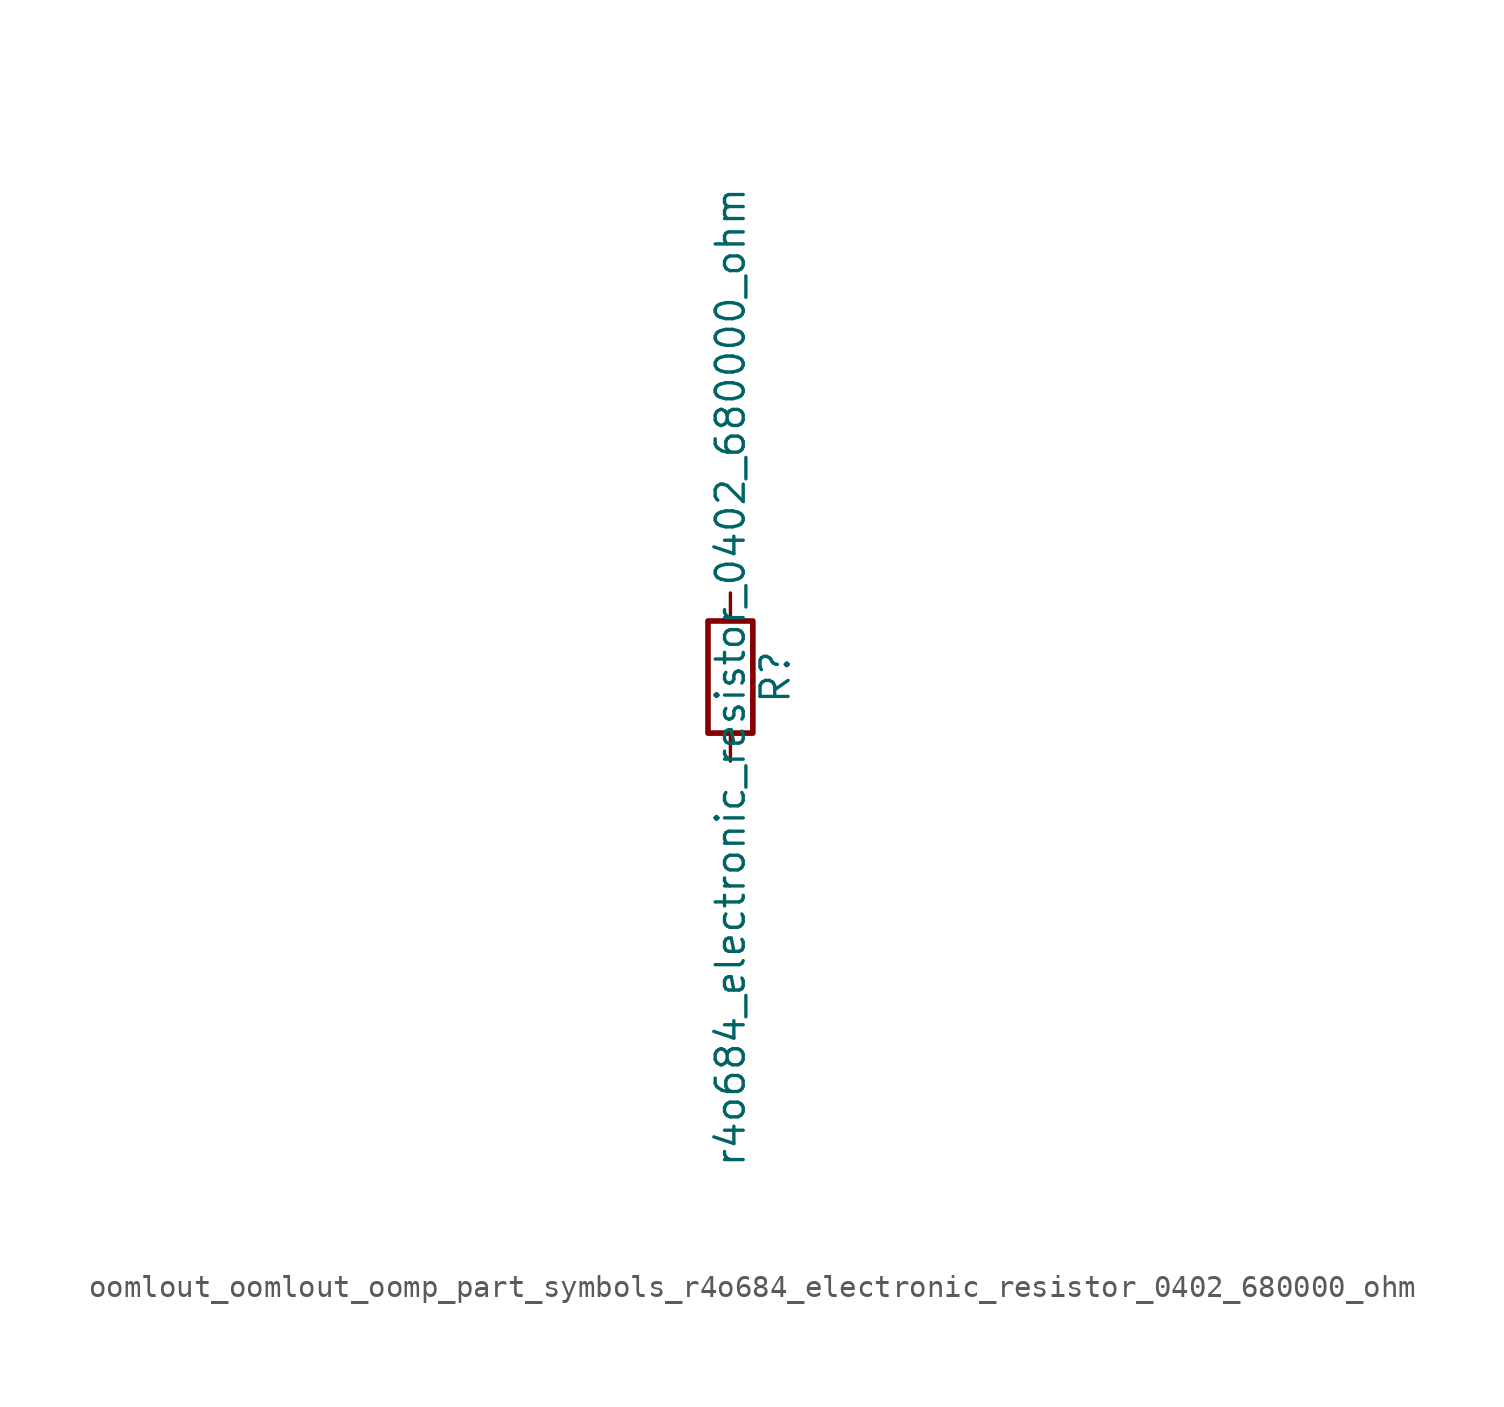
<source format=kicad_sym>
(kicad_symbol_lib
  (version 20220914)
  (generator kicad_symbol_editor)
  (symbol "oomlout_oomlout_oomp_part_symbols_r4o684_electronic_resistor_0402_680000_ohm"
    (pin_numbers hide)
    (pin_names
      (offset 0))
    (property "Reference" "R"
      (at 2.032 0 90)
      (effects (font (size 1.27 1.27))))
    (property "Value" "r4o684_electronic_resistor_0402_680000_ohm"
      (at 0 0 90)
      (effects (font (size 1.27 1.27))))
    (symbol "oomlout_oomlout_oomp_part_symbols_r4o684_electronic_resistor_0402_680000_ohm_0_1"
      (rectangle (start -1.016 -2.54) (end 1.016 2.54) (stroke (width 0.254) (type default)) (fill (type none))))
    (symbol "oomlout_oomlout_oomp_part_symbols_r4o684_electronic_resistor_0402_680000_ohm_1_1"
      (pin passive line (at 0 3.81 270) (length 1.27) (name "~" (effects (font (size 1.27 1.27)))) (number "1" (effects (font (size 1.27 1.27)))))
      (pin passive line (at 0 -3.81 90) (length 1.27) (name "~" (effects (font (size 1.27 1.27)))) (number "2" (effects (font (size 1.27 1.27))))))))
</source>
